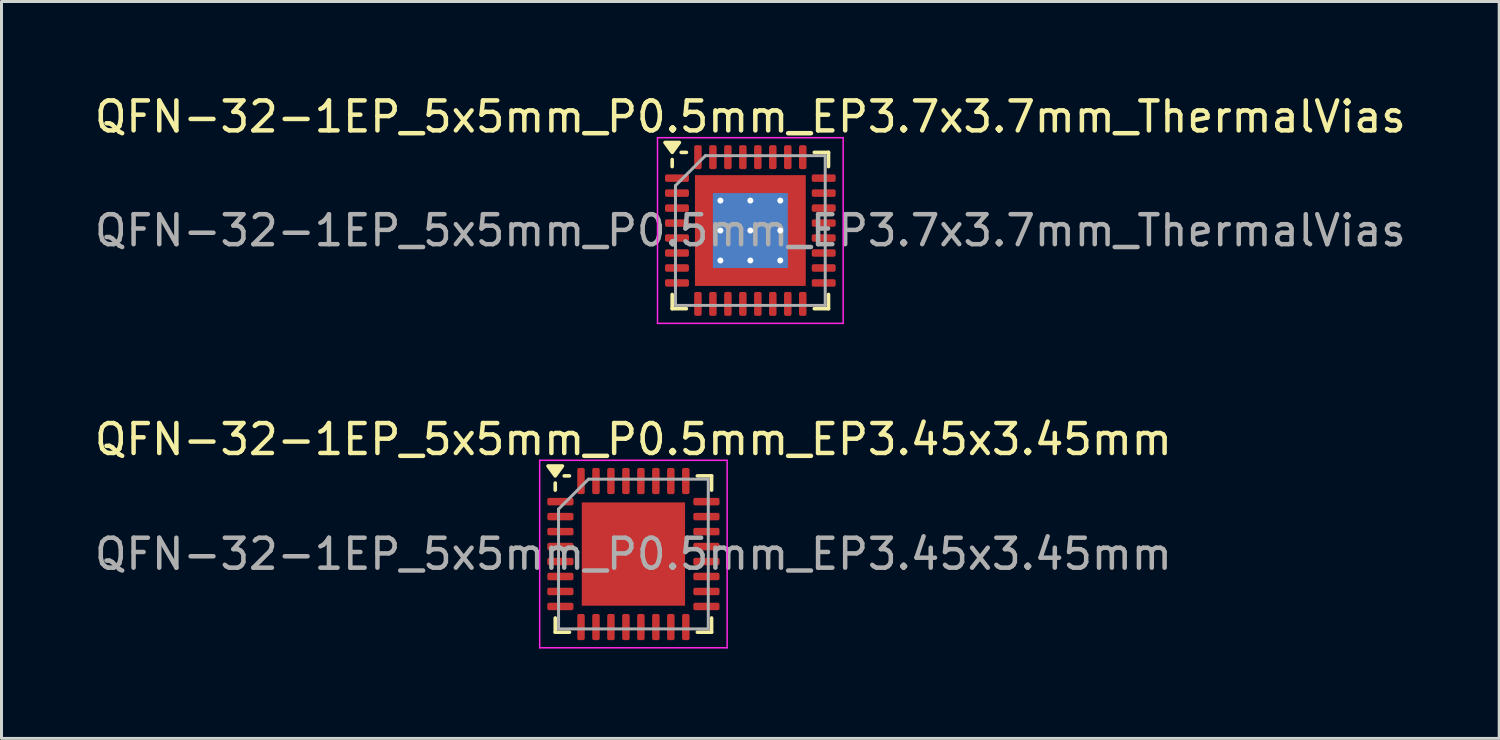
<source format=kicad_pcb>
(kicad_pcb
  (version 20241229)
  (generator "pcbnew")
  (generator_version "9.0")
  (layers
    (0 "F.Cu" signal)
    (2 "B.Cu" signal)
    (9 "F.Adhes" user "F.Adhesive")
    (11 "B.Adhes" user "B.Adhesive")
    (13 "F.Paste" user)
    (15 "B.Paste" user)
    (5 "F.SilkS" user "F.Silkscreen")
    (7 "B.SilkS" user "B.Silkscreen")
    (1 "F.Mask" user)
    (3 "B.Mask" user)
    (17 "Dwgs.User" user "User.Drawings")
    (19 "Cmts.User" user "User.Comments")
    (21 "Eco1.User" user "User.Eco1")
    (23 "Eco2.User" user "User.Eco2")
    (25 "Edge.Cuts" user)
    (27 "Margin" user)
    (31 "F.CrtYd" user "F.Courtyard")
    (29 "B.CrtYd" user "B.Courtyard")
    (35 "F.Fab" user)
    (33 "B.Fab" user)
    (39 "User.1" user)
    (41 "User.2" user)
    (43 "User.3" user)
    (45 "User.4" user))
  (footprint "QFN-32-1EP_5x5mm_P0.5mm_EP3.45x3.45mm"
    (layer "F.Cu")
    (at 18.101 15.451)
    (property "Reference" "QFN-32-1EP_5x5mm_P0.5mm_EP3.45x3.45mm" (at 0 -3.83 0) (layer "F.SilkS") (effects (font (size 1 1) (thickness 0.15))))
    (attr smd)
    (fp_line (start -2.61 -2.135) (end -2.61 -2.37) (stroke (width 0.12) (type solid)) (layer "F.SilkS"))
    (fp_line (start -2.61 2.61) (end -2.61 2.135) (stroke (width 0.12) (type solid)) (layer "F.SilkS"))
    (fp_line (start -2.135 -2.61) (end -2.31 -2.61) (stroke (width 0.12) (type solid)) (layer "F.SilkS"))
    (fp_line (start -2.135 2.61) (end -2.61 2.61) (stroke (width 0.12) (type solid)) (layer "F.SilkS"))
    (fp_line (start 2.135 -2.61) (end 2.61 -2.61) (stroke (width 0.12) (type solid)) (layer "F.SilkS"))
    (fp_line (start 2.135 2.61) (end 2.61 2.61) (stroke (width 0.12) (type solid)) (layer "F.SilkS"))
    (fp_line (start 2.61 -2.61) (end 2.61 -2.135) (stroke (width 0.12) (type solid)) (layer "F.SilkS"))
    (fp_line (start 2.61 2.61) (end 2.61 2.135) (stroke (width 0.12) (type solid)) (layer "F.SilkS"))
    (fp_poly (pts (xy -2.61 -2.61) (xy -2.85 -2.94) (xy -2.37 -2.94) (xy -2.61 -2.61)) (stroke (width 0.12) (type solid)) (fill yes) (layer "F.SilkS"))
    (fp_line (start -3.13 -3.13) (end -3.13 3.13) (stroke (width 0.05) (type solid)) (layer "F.CrtYd"))
    (fp_line (start -3.13 3.13) (end 3.13 3.13) (stroke (width 0.05) (type solid)) (layer "F.CrtYd"))
    (fp_line (start 3.13 -3.13) (end -3.13 -3.13) (stroke (width 0.05) (type solid)) (layer "F.CrtYd"))
    (fp_line (start 3.13 3.13) (end 3.13 -3.13) (stroke (width 0.05) (type solid)) (layer "F.CrtYd"))
    (fp_line (start -2.5 -1.5) (end -1.5 -2.5) (stroke (width 0.1) (type solid)) (layer "F.Fab"))
    (fp_line (start -2.5 2.5) (end -2.5 -1.5) (stroke (width 0.1) (type solid)) (layer "F.Fab"))
    (fp_line (start -1.5 -2.5) (end 2.5 -2.5) (stroke (width 0.1) (type solid)) (layer "F.Fab"))
    (fp_line (start 2.5 -2.5) (end 2.5 2.5) (stroke (width 0.1) (type solid)) (layer "F.Fab"))
    (fp_line (start 2.5 2.5) (end -2.5 2.5) (stroke (width 0.1) (type solid)) (layer "F.Fab"))
    (fp_text user "${REFERENCE}" (at 0 0 0) (layer "F.Fab") (effects (font (size 1 1) (thickness 0.15))))
    (pad "" smd roundrect (at -1.15 -1.15) (size 0.93 0.93) (layers "F.Paste") (roundrect_rratio 0.25))
    (pad "" smd roundrect (at -1.15 0) (size 0.93 0.93) (layers "F.Paste") (roundrect_rratio 0.25))
    (pad "" smd roundrect (at -1.15 1.15) (size 0.93 0.93) (layers "F.Paste") (roundrect_rratio 0.25))
    (pad "" smd roundrect (at 0 -1.15) (size 0.93 0.93) (layers "F.Paste") (roundrect_rratio 0.25))
    (pad "" smd roundrect (at 0 0) (size 0.93 0.93) (layers "F.Paste") (roundrect_rratio 0.25))
    (pad "" smd roundrect (at 0 1.15) (size 0.93 0.93) (layers "F.Paste") (roundrect_rratio 0.25))
    (pad "" smd roundrect (at 1.15 -1.15) (size 0.93 0.93) (layers "F.Paste") (roundrect_rratio 0.25))
    (pad "" smd roundrect (at 1.15 0) (size 0.93 0.93) (layers "F.Paste") (roundrect_rratio 0.25))
    (pad "" smd roundrect (at 1.15 1.15) (size 0.93 0.93) (layers "F.Paste") (roundrect_rratio 0.25))
    (pad "1" smd roundrect (at -2.438 -1.75) (size 0.875 0.25) (layers "F.Cu" "F.Mask" "F.Paste") (roundrect_rratio 0.25))
    (pad "2" smd roundrect (at -2.438 -1.25) (size 0.875 0.25) (layers "F.Cu" "F.Mask" "F.Paste") (roundrect_rratio 0.25))
    (pad "3" smd roundrect (at -2.438 -0.75) (size 0.875 0.25) (layers "F.Cu" "F.Mask" "F.Paste") (roundrect_rratio 0.25))
    (pad "4" smd roundrect (at -2.438 -0.25) (size 0.875 0.25) (layers "F.Cu" "F.Mask" "F.Paste") (roundrect_rratio 0.25))
    (pad "5" smd roundrect (at -2.438 0.25) (size 0.875 0.25) (layers "F.Cu" "F.Mask" "F.Paste") (roundrect_rratio 0.25))
    (pad "6" smd roundrect (at -2.438 0.75) (size 0.875 0.25) (layers "F.Cu" "F.Mask" "F.Paste") (roundrect_rratio 0.25))
    (pad "7" smd roundrect (at -2.438 1.25) (size 0.875 0.25) (layers "F.Cu" "F.Mask" "F.Paste") (roundrect_rratio 0.25))
    (pad "8" smd roundrect (at -2.438 1.75) (size 0.875 0.25) (layers "F.Cu" "F.Mask" "F.Paste") (roundrect_rratio 0.25))
    (pad "9" smd roundrect (at -1.75 2.438) (size 0.25 0.875) (layers "F.Cu" "F.Mask" "F.Paste") (roundrect_rratio 0.25))
    (pad "10" smd roundrect (at -1.25 2.438) (size 0.25 0.875) (layers "F.Cu" "F.Mask" "F.Paste") (roundrect_rratio 0.25))
    (pad "11" smd roundrect (at -0.75 2.438) (size 0.25 0.875) (layers "F.Cu" "F.Mask" "F.Paste") (roundrect_rratio 0.25))
    (pad "12" smd roundrect (at -0.25 2.438) (size 0.25 0.875) (layers "F.Cu" "F.Mask" "F.Paste") (roundrect_rratio 0.25))
    (pad "13" smd roundrect (at 0.25 2.438) (size 0.25 0.875) (layers "F.Cu" "F.Mask" "F.Paste") (roundrect_rratio 0.25))
    (pad "14" smd roundrect (at 0.75 2.438) (size 0.25 0.875) (layers "F.Cu" "F.Mask" "F.Paste") (roundrect_rratio 0.25))
    (pad "15" smd roundrect (at 1.25 2.438) (size 0.25 0.875) (layers "F.Cu" "F.Mask" "F.Paste") (roundrect_rratio 0.25))
    (pad "16" smd roundrect (at 1.75 2.438) (size 0.25 0.875) (layers "F.Cu" "F.Mask" "F.Paste") (roundrect_rratio 0.25))
    (pad "17" smd roundrect (at 2.438 1.75) (size 0.875 0.25) (layers "F.Cu" "F.Mask" "F.Paste") (roundrect_rratio 0.25))
    (pad "18" smd roundrect (at 2.438 1.25) (size 0.875 0.25) (layers "F.Cu" "F.Mask" "F.Paste") (roundrect_rratio 0.25))
    (pad "19" smd roundrect (at 2.438 0.75) (size 0.875 0.25) (layers "F.Cu" "F.Mask" "F.Paste") (roundrect_rratio 0.25))
    (pad "20" smd roundrect (at 2.438 0.25) (size 0.875 0.25) (layers "F.Cu" "F.Mask" "F.Paste") (roundrect_rratio 0.25))
    (pad "21" smd roundrect (at 2.438 -0.25) (size 0.875 0.25) (layers "F.Cu" "F.Mask" "F.Paste") (roundrect_rratio 0.25))
    (pad "22" smd roundrect (at 2.438 -0.75) (size 0.875 0.25) (layers "F.Cu" "F.Mask" "F.Paste") (roundrect_rratio 0.25))
    (pad "23" smd roundrect (at 2.438 -1.25) (size 0.875 0.25) (layers "F.Cu" "F.Mask" "F.Paste") (roundrect_rratio 0.25))
    (pad "24" smd roundrect (at 2.438 -1.75) (size 0.875 0.25) (layers "F.Cu" "F.Mask" "F.Paste") (roundrect_rratio 0.25))
    (pad "25" smd roundrect (at 1.75 -2.438) (size 0.25 0.875) (layers "F.Cu" "F.Mask" "F.Paste") (roundrect_rratio 0.25))
    (pad "26" smd roundrect (at 1.25 -2.438) (size 0.25 0.875) (layers "F.Cu" "F.Mask" "F.Paste") (roundrect_rratio 0.25))
    (pad "27" smd roundrect (at 0.75 -2.438) (size 0.25 0.875) (layers "F.Cu" "F.Mask" "F.Paste") (roundrect_rratio 0.25))
    (pad "28" smd roundrect (at 0.25 -2.438) (size 0.25 0.875) (layers "F.Cu" "F.Mask" "F.Paste") (roundrect_rratio 0.25))
    (pad "29" smd roundrect (at -0.25 -2.438) (size 0.25 0.875) (layers "F.Cu" "F.Mask" "F.Paste") (roundrect_rratio 0.25))
    (pad "30" smd roundrect (at -0.75 -2.438) (size 0.25 0.875) (layers "F.Cu" "F.Mask" "F.Paste") (roundrect_rratio 0.25))
    (pad "31" smd roundrect (at -1.25 -2.438) (size 0.25 0.875) (layers "F.Cu" "F.Mask" "F.Paste") (roundrect_rratio 0.25))
    (pad "32" smd roundrect (at -1.75 -2.438) (size 0.25 0.875) (layers "F.Cu" "F.Mask" "F.Paste") (roundrect_rratio 0.25))
    (pad "33" smd rect (at 0 0) (size 3.45 3.45) (property pad_prop_heatsink) (layers "F.Cu" "F.Mask")))
  (footprint "QFN-32-1EP_5x5mm_P0.5mm_EP3.7x3.7mm_ThermalVias"
    (layer "F.Cu")
    (at 22.006 4.648)
    (property "Reference" "QFN-32-1EP_5x5mm_P0.5mm_EP3.7x3.7mm_ThermalVias" (at 0 -3.8 0) (layer "F.SilkS") (effects (font (size 1 1) (thickness 0.15))))
    (attr smd)
    (fp_line (start -2.61 -2.135) (end -2.61 -2.37) (stroke (width 0.12) (type solid)) (layer "F.SilkS"))
    (fp_line (start -2.61 2.61) (end -2.61 2.135) (stroke (width 0.12) (type solid)) (layer "F.SilkS"))
    (fp_line (start -2.135 -2.61) (end -2.31 -2.61) (stroke (width 0.12) (type solid)) (layer "F.SilkS"))
    (fp_line (start -2.135 2.61) (end -2.61 2.61) (stroke (width 0.12) (type solid)) (layer "F.SilkS"))
    (fp_line (start 2.135 -2.61) (end 2.61 -2.61) (stroke (width 0.12) (type solid)) (layer "F.SilkS"))
    (fp_line (start 2.135 2.61) (end 2.61 2.61) (stroke (width 0.12) (type solid)) (layer "F.SilkS"))
    (fp_line (start 2.61 -2.61) (end 2.61 -2.135) (stroke (width 0.12) (type solid)) (layer "F.SilkS"))
    (fp_line (start 2.61 2.61) (end 2.61 2.135) (stroke (width 0.12) (type solid)) (layer "F.SilkS"))
    (fp_poly (pts (xy -2.61 -2.61) (xy -2.85 -2.94) (xy -2.37 -2.94) (xy -2.61 -2.61)) (stroke (width 0.12) (type solid)) (fill yes) (layer "F.SilkS"))
    (fp_line (start -3.1 -3.1) (end -3.1 3.1) (stroke (width 0.05) (type solid)) (layer "F.CrtYd"))
    (fp_line (start -3.1 3.1) (end 3.1 3.1) (stroke (width 0.05) (type solid)) (layer "F.CrtYd"))
    (fp_line (start 3.1 -3.1) (end -3.1 -3.1) (stroke (width 0.05) (type solid)) (layer "F.CrtYd"))
    (fp_line (start 3.1 3.1) (end 3.1 -3.1) (stroke (width 0.05) (type solid)) (layer "F.CrtYd"))
    (fp_line (start -2.5 -1.5) (end -1.5 -2.5) (stroke (width 0.1) (type solid)) (layer "F.Fab"))
    (fp_line (start -2.5 2.5) (end -2.5 -1.5) (stroke (width 0.1) (type solid)) (layer "F.Fab"))
    (fp_line (start -1.5 -2.5) (end 2.5 -2.5) (stroke (width 0.1) (type solid)) (layer "F.Fab"))
    (fp_line (start 2.5 -2.5) (end 2.5 2.5) (stroke (width 0.1) (type solid)) (layer "F.Fab"))
    (fp_line (start 2.5 2.5) (end -2.5 2.5) (stroke (width 0.1) (type solid)) (layer "F.Fab"))
    (fp_text user "${REFERENCE}" (at 0 0 0) (layer "F.Fab") (effects (font (size 1 1) (thickness 0.15))))
    (pad "" smd custom (at -1.425 -1.425) (size 0.602 0.602) (layers "F.Paste") (options (anchor circle)) (primitives (gr_poly (pts (xy -0.259 -0.259) (xy 0.259 -0.259) (xy 0.259 0.19) (xy 0.19 0.259) (xy -0.259 0.259)) (width 0.167) (fill yes))))
    (pad "" smd custom (at -1.425 -0.5) (size 0.612 0.612) (layers "F.Paste") (options (anchor circle)) (primitives (gr_poly (pts (xy -0.269 -0.33) (xy 0.209 -0.33) (xy 0.269 -0.269) (xy 0.269 0.269) (xy 0.209 0.33) (xy -0.269 0.33)) (width 0.147) (fill yes))))
    (pad "" smd custom (at -1.425 0.5) (size 0.612 0.612) (layers "F.Paste") (options (anchor circle)) (primitives (gr_poly (pts (xy -0.269 -0.33) (xy 0.209 -0.33) (xy 0.269 -0.269) (xy 0.269 0.269) (xy 0.209 0.33) (xy -0.269 0.33)) (width 0.147) (fill yes))))
    (pad "" smd custom (at -1.425 1.425) (size 0.602 0.602) (layers "F.Paste") (options (anchor circle)) (primitives (gr_poly (pts (xy -0.259 -0.259) (xy 0.19 -0.259) (xy 0.259 -0.19) (xy 0.259 0.259) (xy -0.259 0.259)) (width 0.167) (fill yes))))
    (pad "" smd custom (at -0.5 -1.425) (size 0.612 0.612) (layers "F.Paste") (options (anchor circle)) (primitives (gr_poly (pts (xy -0.33 -0.269) (xy 0.33 -0.269) (xy 0.33 0.209) (xy 0.269 0.269) (xy -0.269 0.269) (xy -0.33 0.209)) (width 0.147) (fill yes))))
    (pad "" smd roundrect (at -0.5 -0.5) (size 0.806 0.806) (layers "F.Paste") (roundrect_rratio 0.25))
    (pad "" smd roundrect (at -0.5 0.5) (size 0.806 0.806) (layers "F.Paste") (roundrect_rratio 0.25))
    (pad "" smd custom (at -0.5 1.425) (size 0.612 0.612) (layers "F.Paste") (options (anchor circle)) (primitives (gr_poly (pts (xy -0.33 -0.209) (xy -0.269 -0.269) (xy 0.269 -0.269) (xy 0.33 -0.209) (xy 0.33 0.269) (xy -0.33 0.269)) (width 0.147) (fill yes))))
    (pad "" smd custom (at 0.5 -1.425) (size 0.612 0.612) (layers "F.Paste") (options (anchor circle)) (primitives (gr_poly (pts (xy -0.33 -0.269) (xy 0.33 -0.269) (xy 0.33 0.209) (xy 0.269 0.269) (xy -0.269 0.269) (xy -0.33 0.209)) (width 0.147) (fill yes))))
    (pad "" smd roundrect (at 0.5 -0.5) (size 0.806 0.806) (layers "F.Paste") (roundrect_rratio 0.25))
    (pad "" smd roundrect (at 0.5 0.5) (size 0.806 0.806) (layers "F.Paste") (roundrect_rratio 0.25))
    (pad "" smd custom (at 0.5 1.425) (size 0.612 0.612) (layers "F.Paste") (options (anchor circle)) (primitives (gr_poly (pts (xy -0.33 -0.209) (xy -0.269 -0.269) (xy 0.269 -0.269) (xy 0.33 -0.209) (xy 0.33 0.269) (xy -0.33 0.269)) (width 0.147) (fill yes))))
    (pad "" smd custom (at 1.425 -1.425) (size 0.602 0.602) (layers "F.Paste") (options (anchor circle)) (primitives (gr_poly (pts (xy -0.259 -0.259) (xy 0.259 -0.259) (xy 0.259 0.259) (xy -0.19 0.259) (xy -0.259 0.19)) (width 0.167) (fill yes))))
    (pad "" smd custom (at 1.425 -0.5) (size 0.612 0.612) (layers "F.Paste") (options (anchor circle)) (primitives (gr_poly (pts (xy -0.269 -0.269) (xy -0.209 -0.33) (xy 0.269 -0.33) (xy 0.269 0.33) (xy -0.209 0.33) (xy -0.269 0.269)) (width 0.147) (fill yes))))
    (pad "" smd custom (at 1.425 0.5) (size 0.612 0.612) (layers "F.Paste") (options (anchor circle)) (primitives (gr_poly (pts (xy -0.269 -0.269) (xy -0.209 -0.33) (xy 0.269 -0.33) (xy 0.269 0.33) (xy -0.209 0.33) (xy -0.269 0.269)) (width 0.147) (fill yes))))
    (pad "" smd custom (at 1.425 1.425) (size 0.602 0.602) (layers "F.Paste") (options (anchor circle)) (primitives (gr_poly (pts (xy -0.259 -0.19) (xy -0.19 -0.259) (xy 0.259 -0.259) (xy 0.259 0.259) (xy -0.259 0.259)) (width 0.167) (fill yes))))
    (pad "1" smd roundrect (at -2.45 -1.75) (size 0.8 0.25) (layers "F.Cu" "F.Mask" "F.Paste") (roundrect_rratio 0.25))
    (pad "2" smd roundrect (at -2.45 -1.25) (size 0.8 0.25) (layers "F.Cu" "F.Mask" "F.Paste") (roundrect_rratio 0.25))
    (pad "3" smd roundrect (at -2.45 -0.75) (size 0.8 0.25) (layers "F.Cu" "F.Mask" "F.Paste") (roundrect_rratio 0.25))
    (pad "4" smd roundrect (at -2.45 -0.25) (size 0.8 0.25) (layers "F.Cu" "F.Mask" "F.Paste") (roundrect_rratio 0.25))
    (pad "5" smd roundrect (at -2.45 0.25) (size 0.8 0.25) (layers "F.Cu" "F.Mask" "F.Paste") (roundrect_rratio 0.25))
    (pad "6" smd roundrect (at -2.45 0.75) (size 0.8 0.25) (layers "F.Cu" "F.Mask" "F.Paste") (roundrect_rratio 0.25))
    (pad "7" smd roundrect (at -2.45 1.25) (size 0.8 0.25) (layers "F.Cu" "F.Mask" "F.Paste") (roundrect_rratio 0.25))
    (pad "8" smd roundrect (at -2.45 1.75) (size 0.8 0.25) (layers "F.Cu" "F.Mask" "F.Paste") (roundrect_rratio 0.25))
    (pad "9" smd roundrect (at -1.75 2.45) (size 0.25 0.8) (layers "F.Cu" "F.Mask" "F.Paste") (roundrect_rratio 0.25))
    (pad "10" smd roundrect (at -1.25 2.45) (size 0.25 0.8) (layers "F.Cu" "F.Mask" "F.Paste") (roundrect_rratio 0.25))
    (pad "11" smd roundrect (at -0.75 2.45) (size 0.25 0.8) (layers "F.Cu" "F.Mask" "F.Paste") (roundrect_rratio 0.25))
    (pad "12" smd roundrect (at -0.25 2.45) (size 0.25 0.8) (layers "F.Cu" "F.Mask" "F.Paste") (roundrect_rratio 0.25))
    (pad "13" smd roundrect (at 0.25 2.45) (size 0.25 0.8) (layers "F.Cu" "F.Mask" "F.Paste") (roundrect_rratio 0.25))
    (pad "14" smd roundrect (at 0.75 2.45) (size 0.25 0.8) (layers "F.Cu" "F.Mask" "F.Paste") (roundrect_rratio 0.25))
    (pad "15" smd roundrect (at 1.25 2.45) (size 0.25 0.8) (layers "F.Cu" "F.Mask" "F.Paste") (roundrect_rratio 0.25))
    (pad "16" smd roundrect (at 1.75 2.45) (size 0.25 0.8) (layers "F.Cu" "F.Mask" "F.Paste") (roundrect_rratio 0.25))
    (pad "17" smd roundrect (at 2.45 1.75) (size 0.8 0.25) (layers "F.Cu" "F.Mask" "F.Paste") (roundrect_rratio 0.25))
    (pad "18" smd roundrect (at 2.45 1.25) (size 0.8 0.25) (layers "F.Cu" "F.Mask" "F.Paste") (roundrect_rratio 0.25))
    (pad "19" smd roundrect (at 2.45 0.75) (size 0.8 0.25) (layers "F.Cu" "F.Mask" "F.Paste") (roundrect_rratio 0.25))
    (pad "20" smd roundrect (at 2.45 0.25) (size 0.8 0.25) (layers "F.Cu" "F.Mask" "F.Paste") (roundrect_rratio 0.25))
    (pad "21" smd roundrect (at 2.45 -0.25) (size 0.8 0.25) (layers "F.Cu" "F.Mask" "F.Paste") (roundrect_rratio 0.25))
    (pad "22" smd roundrect (at 2.45 -0.75) (size 0.8 0.25) (layers "F.Cu" "F.Mask" "F.Paste") (roundrect_rratio 0.25))
    (pad "23" smd roundrect (at 2.45 -1.25) (size 0.8 0.25) (layers "F.Cu" "F.Mask" "F.Paste") (roundrect_rratio 0.25))
    (pad "24" smd roundrect (at 2.45 -1.75) (size 0.8 0.25) (layers "F.Cu" "F.Mask" "F.Paste") (roundrect_rratio 0.25))
    (pad "25" smd roundrect (at 1.75 -2.45) (size 0.25 0.8) (layers "F.Cu" "F.Mask" "F.Paste") (roundrect_rratio 0.25))
    (pad "26" smd roundrect (at 1.25 -2.45) (size 0.25 0.8) (layers "F.Cu" "F.Mask" "F.Paste") (roundrect_rratio 0.25))
    (pad "27" smd roundrect (at 0.75 -2.45) (size 0.25 0.8) (layers "F.Cu" "F.Mask" "F.Paste") (roundrect_rratio 0.25))
    (pad "28" smd roundrect (at 0.25 -2.45) (size 0.25 0.8) (layers "F.Cu" "F.Mask" "F.Paste") (roundrect_rratio 0.25))
    (pad "29" smd roundrect (at -0.25 -2.45) (size 0.25 0.8) (layers "F.Cu" "F.Mask" "F.Paste") (roundrect_rratio 0.25))
    (pad "30" smd roundrect (at -0.75 -2.45) (size 0.25 0.8) (layers "F.Cu" "F.Mask" "F.Paste") (roundrect_rratio 0.25))
    (pad "31" smd roundrect (at -1.25 -2.45) (size 0.25 0.8) (layers "F.Cu" "F.Mask" "F.Paste") (roundrect_rratio 0.25))
    (pad "32" smd roundrect (at -1.75 -2.45) (size 0.25 0.8) (layers "F.Cu" "F.Mask" "F.Paste") (roundrect_rratio 0.25))
    (pad "33" thru_hole circle (at -1 -1) (size 0.5 0.5) (drill 0.2) (property pad_prop_heatsink) (layers "*.Cu"))
    (pad "33" thru_hole circle (at -1 0) (size 0.5 0.5) (drill 0.2) (property pad_prop_heatsink) (layers "*.Cu"))
    (pad "33" thru_hole circle (at -1 1) (size 0.5 0.5) (drill 0.2) (property pad_prop_heatsink) (layers "*.Cu"))
    (pad "33" thru_hole circle (at 0 -1) (size 0.5 0.5) (drill 0.2) (property pad_prop_heatsink) (layers "*.Cu"))
    (pad "33" thru_hole circle (at 0 0) (size 0.5 0.5) (drill 0.2) (property pad_prop_heatsink) (layers "*.Cu"))
    (pad "33" smd rect (at 0 0) (size 2.5 2.5) (property pad_prop_heatsink) (layers "B.Cu"))
    (pad "33" smd rect (at 0 0) (size 3.7 3.7) (property pad_prop_heatsink) (layers "F.Cu" "F.Mask"))
    (pad "33" thru_hole circle (at 0 1) (size 0.5 0.5) (drill 0.2) (property pad_prop_heatsink) (layers "*.Cu"))
    (pad "33" thru_hole circle (at 1 -1) (size 0.5 0.5) (drill 0.2) (property pad_prop_heatsink) (layers "*.Cu"))
    (pad "33" thru_hole circle (at 1 0) (size 0.5 0.5) (drill 0.2) (property pad_prop_heatsink) (layers "*.Cu"))
    (pad "33" thru_hole circle (at 1 1) (size 0.5 0.5) (drill 0.2) (property pad_prop_heatsink) (layers "*.Cu")))
  (gr_rect
    (start -3 -3)
    (end 47.012 21.607)
    (stroke (width 0.1) (type default))
    (fill no)
    (layer "Edge.Cuts")))
</source>
